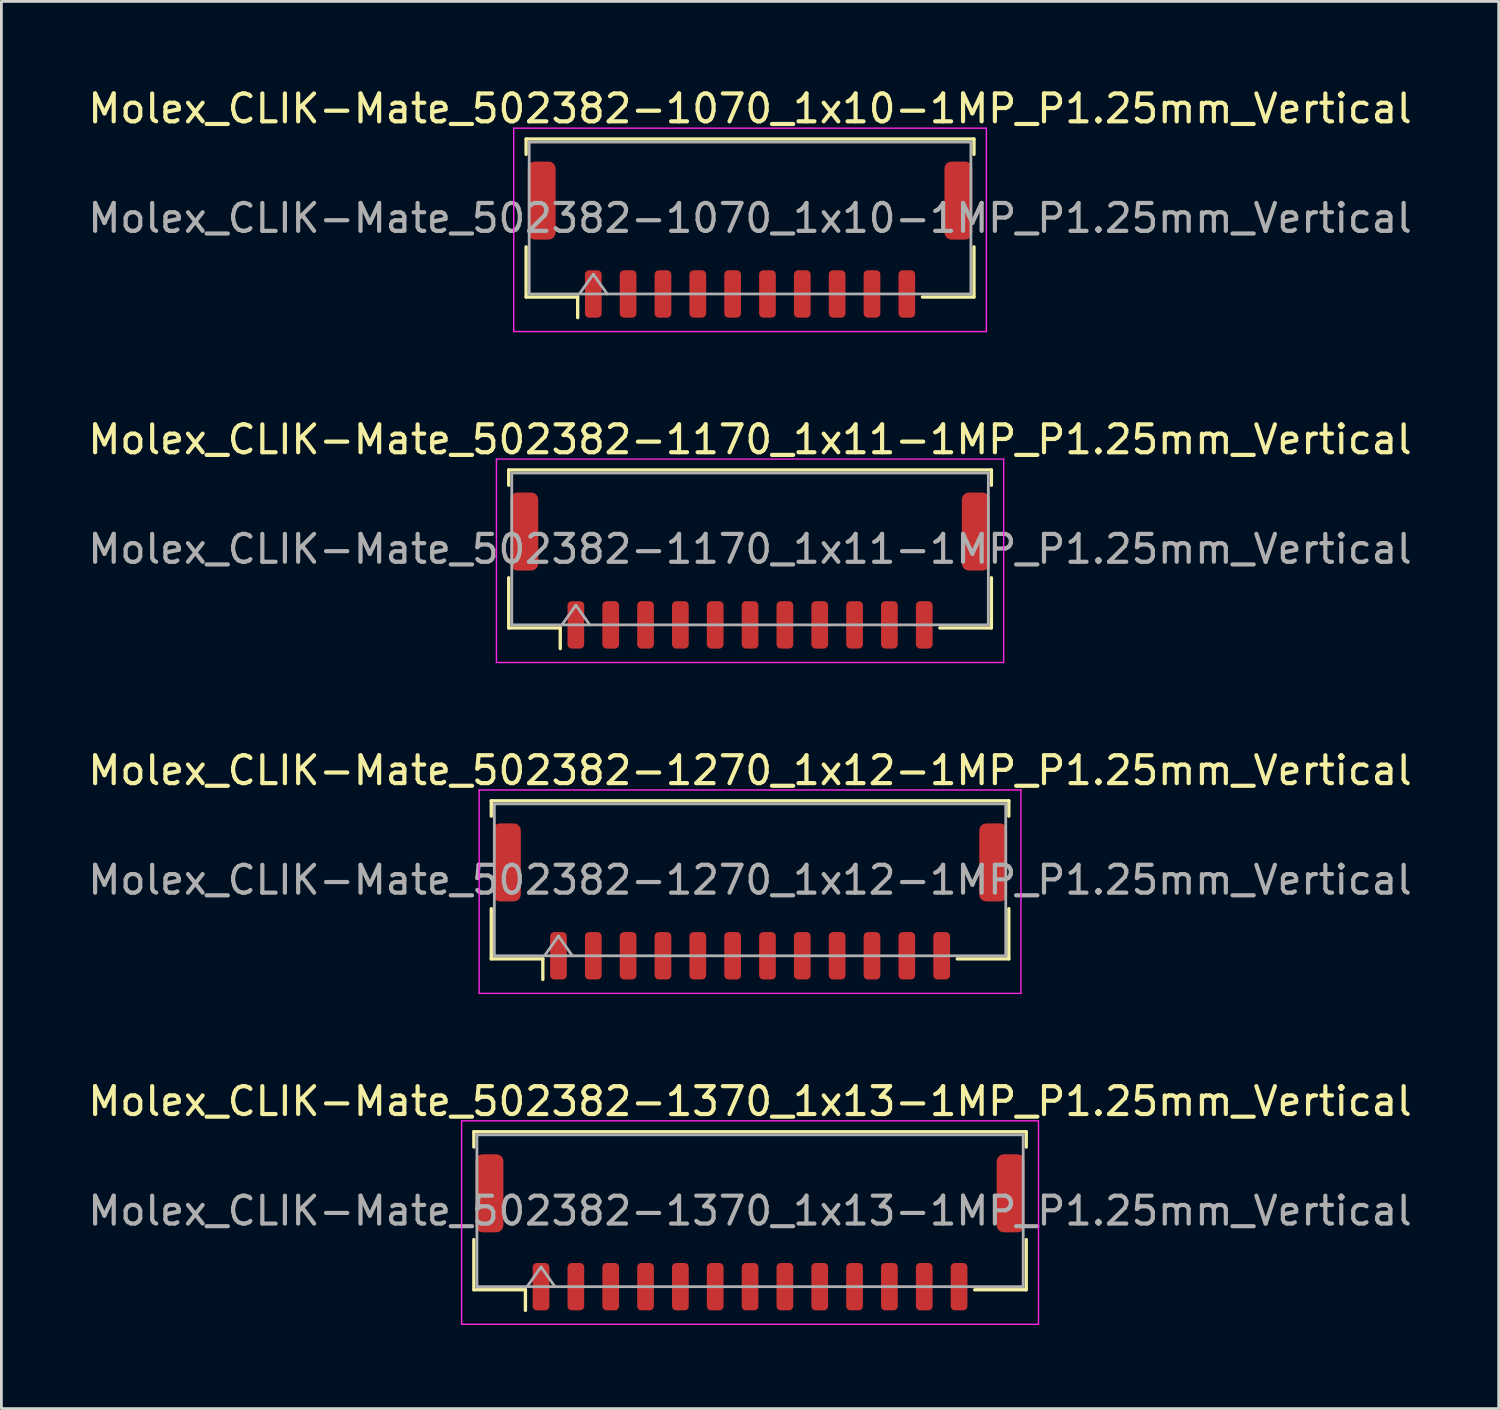
<source format=kicad_pcb>
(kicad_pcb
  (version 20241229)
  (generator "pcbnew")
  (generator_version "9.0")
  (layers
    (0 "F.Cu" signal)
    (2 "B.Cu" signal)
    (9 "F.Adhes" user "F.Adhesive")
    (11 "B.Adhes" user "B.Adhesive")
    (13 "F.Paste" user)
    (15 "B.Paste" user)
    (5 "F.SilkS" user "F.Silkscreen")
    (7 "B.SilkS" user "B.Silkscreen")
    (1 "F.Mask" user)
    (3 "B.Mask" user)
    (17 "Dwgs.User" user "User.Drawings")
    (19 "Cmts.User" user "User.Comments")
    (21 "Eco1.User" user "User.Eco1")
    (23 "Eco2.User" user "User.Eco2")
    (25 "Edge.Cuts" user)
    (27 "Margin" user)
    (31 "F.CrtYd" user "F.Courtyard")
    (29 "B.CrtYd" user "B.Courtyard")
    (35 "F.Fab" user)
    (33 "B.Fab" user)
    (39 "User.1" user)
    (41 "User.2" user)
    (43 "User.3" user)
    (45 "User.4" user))
  (footprint "Molex_CLIK-Mate_502382-1170_1x11-1MP_P1.25mm_Vertical"
    (layer "F.Cu")
    (at 23.863 17.422)
    (property "Reference" "Molex_CLIK-Mate_502382-1170_1x11-1MP_P1.25mm_Vertical" (at 0 -4.7 0) (layer "F.SilkS") (effects (font (size 1 1) (thickness 0.15))))
    (attr smd)
    (fp_line (start -8.66 -3.61) (end 8.66 -3.61) (stroke (width 0.12) (type solid)) (layer "F.SilkS"))
    (fp_line (start -8.66 -3.06) (end -8.66 -3.61) (stroke (width 0.12) (type solid)) (layer "F.SilkS"))
    (fp_line (start -8.66 0.26) (end -8.66 2.06) (stroke (width 0.12) (type solid)) (layer "F.SilkS"))
    (fp_line (start -8.66 2.06) (end -6.81 2.06) (stroke (width 0.12) (type solid)) (layer "F.SilkS"))
    (fp_line (start -6.81 2.06) (end -6.81 2.8) (stroke (width 0.12) (type solid)) (layer "F.SilkS"))
    (fp_line (start 8.66 -3.61) (end 8.66 -3.06) (stroke (width 0.12) (type solid)) (layer "F.SilkS"))
    (fp_line (start 8.66 0.26) (end 8.66 2.06) (stroke (width 0.12) (type solid)) (layer "F.SilkS"))
    (fp_line (start 8.66 2.06) (end 6.81 2.06) (stroke (width 0.12) (type solid)) (layer "F.SilkS"))
    (fp_line (start -9.1 -4) (end -9.1 3.3) (stroke (width 0.05) (type solid)) (layer "F.CrtYd"))
    (fp_line (start -9.1 3.3) (end 9.1 3.3) (stroke (width 0.05) (type solid)) (layer "F.CrtYd"))
    (fp_line (start 9.1 -4) (end -9.1 -4) (stroke (width 0.05) (type solid)) (layer "F.CrtYd"))
    (fp_line (start 9.1 3.3) (end 9.1 -4) (stroke (width 0.05) (type solid)) (layer "F.CrtYd"))
    (fp_line (start -8.55 -3.5) (end 8.55 -3.5) (stroke (width 0.1) (type solid)) (layer "F.Fab"))
    (fp_line (start -8.55 1.95) (end -8.55 -3.5) (stroke (width 0.1) (type solid)) (layer "F.Fab"))
    (fp_line (start -8.55 1.95) (end 8.55 1.95) (stroke (width 0.1) (type solid)) (layer "F.Fab"))
    (fp_line (start -6.75 1.95) (end -6.25 1.243) (stroke (width 0.1) (type solid)) (layer "F.Fab"))
    (fp_line (start -6.25 1.243) (end -5.75 1.95) (stroke (width 0.1) (type solid)) (layer "F.Fab"))
    (fp_line (start 8.55 1.95) (end 8.55 -3.5) (stroke (width 0.1) (type solid)) (layer "F.Fab"))
    (fp_text user "${REFERENCE}" (at 0 -0.77 0) (layer "F.Fab") (effects (font (size 1 1) (thickness 0.15))))
    (pad "1" smd roundrect (at -6.25 1.95) (size 0.6 1.7) (layers "F.Cu" "F.Mask" "F.Paste") (roundrect_rratio 0.25))
    (pad "2" smd roundrect (at -5 1.95) (size 0.6 1.7) (layers "F.Cu" "F.Mask" "F.Paste") (roundrect_rratio 0.25))
    (pad "3" smd roundrect (at -3.75 1.95) (size 0.6 1.7) (layers "F.Cu" "F.Mask" "F.Paste") (roundrect_rratio 0.25))
    (pad "4" smd roundrect (at -2.5 1.95) (size 0.6 1.7) (layers "F.Cu" "F.Mask" "F.Paste") (roundrect_rratio 0.25))
    (pad "5" smd roundrect (at -1.25 1.95) (size 0.6 1.7) (layers "F.Cu" "F.Mask" "F.Paste") (roundrect_rratio 0.25))
    (pad "6" smd roundrect (at 0 1.95) (size 0.6 1.7) (layers "F.Cu" "F.Mask" "F.Paste") (roundrect_rratio 0.25))
    (pad "7" smd roundrect (at 1.25 1.95) (size 0.6 1.7) (layers "F.Cu" "F.Mask" "F.Paste") (roundrect_rratio 0.25))
    (pad "8" smd roundrect (at 2.5 1.95) (size 0.6 1.7) (layers "F.Cu" "F.Mask" "F.Paste") (roundrect_rratio 0.25))
    (pad "9" smd roundrect (at 3.75 1.95) (size 0.6 1.7) (layers "F.Cu" "F.Mask" "F.Paste") (roundrect_rratio 0.25))
    (pad "10" smd roundrect (at 5 1.95) (size 0.6 1.7) (layers "F.Cu" "F.Mask" "F.Paste") (roundrect_rratio 0.25))
    (pad "11" smd roundrect (at 6.25 1.95) (size 0.6 1.7) (layers "F.Cu" "F.Mask" "F.Paste") (roundrect_rratio 0.25))
    (pad "MP" smd roundrect (at -8.1 -1.4) (size 1 2.8) (layers "F.Cu" "F.Mask" "F.Paste") (roundrect_rratio 0.25))
    (pad "MP" smd roundrect (at 8.1 -1.4) (size 1 2.8) (layers "F.Cu" "F.Mask" "F.Paste") (roundrect_rratio 0.25)))
  (footprint "Molex_CLIK-Mate_502382-1270_1x12-1MP_P1.25mm_Vertical"
    (layer "F.Cu")
    (at 23.863 29.295)
    (property "Reference" "Molex_CLIK-Mate_502382-1270_1x12-1MP_P1.25mm_Vertical" (at 0 -4.7 0) (layer "F.SilkS") (effects (font (size 1 1) (thickness 0.15))))
    (attr smd)
    (fp_line (start -9.285 -3.61) (end 9.285 -3.61) (stroke (width 0.12) (type solid)) (layer "F.SilkS"))
    (fp_line (start -9.285 -3.06) (end -9.285 -3.61) (stroke (width 0.12) (type solid)) (layer "F.SilkS"))
    (fp_line (start -9.285 0.26) (end -9.285 2.06) (stroke (width 0.12) (type solid)) (layer "F.SilkS"))
    (fp_line (start -9.285 2.06) (end -7.435 2.06) (stroke (width 0.12) (type solid)) (layer "F.SilkS"))
    (fp_line (start -7.435 2.06) (end -7.435 2.8) (stroke (width 0.12) (type solid)) (layer "F.SilkS"))
    (fp_line (start 9.285 -3.61) (end 9.285 -3.06) (stroke (width 0.12) (type solid)) (layer "F.SilkS"))
    (fp_line (start 9.285 0.26) (end 9.285 2.06) (stroke (width 0.12) (type solid)) (layer "F.SilkS"))
    (fp_line (start 9.285 2.06) (end 7.435 2.06) (stroke (width 0.12) (type solid)) (layer "F.SilkS"))
    (fp_line (start -9.72 -4) (end -9.72 3.3) (stroke (width 0.05) (type solid)) (layer "F.CrtYd"))
    (fp_line (start -9.72 3.3) (end 9.72 3.3) (stroke (width 0.05) (type solid)) (layer "F.CrtYd"))
    (fp_line (start 9.72 -4) (end -9.72 -4) (stroke (width 0.05) (type solid)) (layer "F.CrtYd"))
    (fp_line (start 9.72 3.3) (end 9.72 -4) (stroke (width 0.05) (type solid)) (layer "F.CrtYd"))
    (fp_line (start -9.175 -3.5) (end 9.175 -3.5) (stroke (width 0.1) (type solid)) (layer "F.Fab"))
    (fp_line (start -9.175 1.95) (end -9.175 -3.5) (stroke (width 0.1) (type solid)) (layer "F.Fab"))
    (fp_line (start -9.175 1.95) (end 9.175 1.95) (stroke (width 0.1) (type solid)) (layer "F.Fab"))
    (fp_line (start -7.375 1.95) (end -6.875 1.243) (stroke (width 0.1) (type solid)) (layer "F.Fab"))
    (fp_line (start -6.875 1.243) (end -6.375 1.95) (stroke (width 0.1) (type solid)) (layer "F.Fab"))
    (fp_line (start 9.175 1.95) (end 9.175 -3.5) (stroke (width 0.1) (type solid)) (layer "F.Fab"))
    (fp_text user "${REFERENCE}" (at 0 -0.77 0) (layer "F.Fab") (effects (font (size 1 1) (thickness 0.15))))
    (pad "1" smd roundrect (at -6.875 1.95) (size 0.6 1.7) (layers "F.Cu" "F.Mask" "F.Paste") (roundrect_rratio 0.25))
    (pad "2" smd roundrect (at -5.625 1.95) (size 0.6 1.7) (layers "F.Cu" "F.Mask" "F.Paste") (roundrect_rratio 0.25))
    (pad "3" smd roundrect (at -4.375 1.95) (size 0.6 1.7) (layers "F.Cu" "F.Mask" "F.Paste") (roundrect_rratio 0.25))
    (pad "4" smd roundrect (at -3.125 1.95) (size 0.6 1.7) (layers "F.Cu" "F.Mask" "F.Paste") (roundrect_rratio 0.25))
    (pad "5" smd roundrect (at -1.875 1.95) (size 0.6 1.7) (layers "F.Cu" "F.Mask" "F.Paste") (roundrect_rratio 0.25))
    (pad "6" smd roundrect (at -0.625 1.95) (size 0.6 1.7) (layers "F.Cu" "F.Mask" "F.Paste") (roundrect_rratio 0.25))
    (pad "7" smd roundrect (at 0.625 1.95) (size 0.6 1.7) (layers "F.Cu" "F.Mask" "F.Paste") (roundrect_rratio 0.25))
    (pad "8" smd roundrect (at 1.875 1.95) (size 0.6 1.7) (layers "F.Cu" "F.Mask" "F.Paste") (roundrect_rratio 0.25))
    (pad "9" smd roundrect (at 3.125 1.95) (size 0.6 1.7) (layers "F.Cu" "F.Mask" "F.Paste") (roundrect_rratio 0.25))
    (pad "10" smd roundrect (at 4.375 1.95) (size 0.6 1.7) (layers "F.Cu" "F.Mask" "F.Paste") (roundrect_rratio 0.25))
    (pad "11" smd roundrect (at 5.625 1.95) (size 0.6 1.7) (layers "F.Cu" "F.Mask" "F.Paste") (roundrect_rratio 0.25))
    (pad "12" smd roundrect (at 6.875 1.95) (size 0.6 1.7) (layers "F.Cu" "F.Mask" "F.Paste") (roundrect_rratio 0.25))
    (pad "MP" smd roundrect (at -8.725 -1.4) (size 1 2.8) (layers "F.Cu" "F.Mask" "F.Paste") (roundrect_rratio 0.25))
    (pad "MP" smd roundrect (at 8.725 -1.4) (size 1 2.8) (layers "F.Cu" "F.Mask" "F.Paste") (roundrect_rratio 0.25)))
  (footprint "Molex_CLIK-Mate_502382-1370_1x13-1MP_P1.25mm_Vertical"
    (layer "F.Cu")
    (at 23.863 41.168)
    (property "Reference" "Molex_CLIK-Mate_502382-1370_1x13-1MP_P1.25mm_Vertical" (at 0 -4.7 0) (layer "F.SilkS") (effects (font (size 1 1) (thickness 0.15))))
    (attr smd)
    (fp_line (start -9.91 -3.61) (end 9.91 -3.61) (stroke (width 0.12) (type solid)) (layer "F.SilkS"))
    (fp_line (start -9.91 -3.06) (end -9.91 -3.61) (stroke (width 0.12) (type solid)) (layer "F.SilkS"))
    (fp_line (start -9.91 0.26) (end -9.91 2.06) (stroke (width 0.12) (type solid)) (layer "F.SilkS"))
    (fp_line (start -9.91 2.06) (end -8.06 2.06) (stroke (width 0.12) (type solid)) (layer "F.SilkS"))
    (fp_line (start -8.06 2.06) (end -8.06 2.8) (stroke (width 0.12) (type solid)) (layer "F.SilkS"))
    (fp_line (start 9.91 -3.61) (end 9.91 -3.06) (stroke (width 0.12) (type solid)) (layer "F.SilkS"))
    (fp_line (start 9.91 0.26) (end 9.91 2.06) (stroke (width 0.12) (type solid)) (layer "F.SilkS"))
    (fp_line (start 9.91 2.06) (end 8.06 2.06) (stroke (width 0.12) (type solid)) (layer "F.SilkS"))
    (fp_line (start -10.35 -4) (end -10.35 3.3) (stroke (width 0.05) (type solid)) (layer "F.CrtYd"))
    (fp_line (start -10.35 3.3) (end 10.35 3.3) (stroke (width 0.05) (type solid)) (layer "F.CrtYd"))
    (fp_line (start 10.35 -4) (end -10.35 -4) (stroke (width 0.05) (type solid)) (layer "F.CrtYd"))
    (fp_line (start 10.35 3.3) (end 10.35 -4) (stroke (width 0.05) (type solid)) (layer "F.CrtYd"))
    (fp_line (start -9.8 -3.5) (end 9.8 -3.5) (stroke (width 0.1) (type solid)) (layer "F.Fab"))
    (fp_line (start -9.8 1.95) (end -9.8 -3.5) (stroke (width 0.1) (type solid)) (layer "F.Fab"))
    (fp_line (start -9.8 1.95) (end 9.8 1.95) (stroke (width 0.1) (type solid)) (layer "F.Fab"))
    (fp_line (start -8 1.95) (end -7.5 1.243) (stroke (width 0.1) (type solid)) (layer "F.Fab"))
    (fp_line (start -7.5 1.243) (end -7 1.95) (stroke (width 0.1) (type solid)) (layer "F.Fab"))
    (fp_line (start 9.8 1.95) (end 9.8 -3.5) (stroke (width 0.1) (type solid)) (layer "F.Fab"))
    (fp_text user "${REFERENCE}" (at 0 -0.77 0) (layer "F.Fab") (effects (font (size 1 1) (thickness 0.15))))
    (pad "1" smd roundrect (at -7.5 1.95) (size 0.6 1.7) (layers "F.Cu" "F.Mask" "F.Paste") (roundrect_rratio 0.25))
    (pad "2" smd roundrect (at -6.25 1.95) (size 0.6 1.7) (layers "F.Cu" "F.Mask" "F.Paste") (roundrect_rratio 0.25))
    (pad "3" smd roundrect (at -5 1.95) (size 0.6 1.7) (layers "F.Cu" "F.Mask" "F.Paste") (roundrect_rratio 0.25))
    (pad "4" smd roundrect (at -3.75 1.95) (size 0.6 1.7) (layers "F.Cu" "F.Mask" "F.Paste") (roundrect_rratio 0.25))
    (pad "5" smd roundrect (at -2.5 1.95) (size 0.6 1.7) (layers "F.Cu" "F.Mask" "F.Paste") (roundrect_rratio 0.25))
    (pad "6" smd roundrect (at -1.25 1.95) (size 0.6 1.7) (layers "F.Cu" "F.Mask" "F.Paste") (roundrect_rratio 0.25))
    (pad "7" smd roundrect (at 0 1.95) (size 0.6 1.7) (layers "F.Cu" "F.Mask" "F.Paste") (roundrect_rratio 0.25))
    (pad "8" smd roundrect (at 1.25 1.95) (size 0.6 1.7) (layers "F.Cu" "F.Mask" "F.Paste") (roundrect_rratio 0.25))
    (pad "9" smd roundrect (at 2.5 1.95) (size 0.6 1.7) (layers "F.Cu" "F.Mask" "F.Paste") (roundrect_rratio 0.25))
    (pad "10" smd roundrect (at 3.75 1.95) (size 0.6 1.7) (layers "F.Cu" "F.Mask" "F.Paste") (roundrect_rratio 0.25))
    (pad "11" smd roundrect (at 5 1.95) (size 0.6 1.7) (layers "F.Cu" "F.Mask" "F.Paste") (roundrect_rratio 0.25))
    (pad "12" smd roundrect (at 6.25 1.95) (size 0.6 1.7) (layers "F.Cu" "F.Mask" "F.Paste") (roundrect_rratio 0.25))
    (pad "13" smd roundrect (at 7.5 1.95) (size 0.6 1.7) (layers "F.Cu" "F.Mask" "F.Paste") (roundrect_rratio 0.25))
    (pad "MP" smd roundrect (at -9.35 -1.4) (size 1 2.8) (layers "F.Cu" "F.Mask" "F.Paste") (roundrect_rratio 0.25))
    (pad "MP" smd roundrect (at 9.35 -1.4) (size 1 2.8) (layers "F.Cu" "F.Mask" "F.Paste") (roundrect_rratio 0.25)))
  (footprint "Molex_CLIK-Mate_502382-1070_1x10-1MP_P1.25mm_Vertical"
    (layer "F.Cu")
    (at 23.863 5.548)
    (property "Reference" "Molex_CLIK-Mate_502382-1070_1x10-1MP_P1.25mm_Vertical" (at 0 -4.7 0) (layer "F.SilkS") (effects (font (size 1 1) (thickness 0.15))))
    (attr smd)
    (fp_line (start -8.035 -3.61) (end 8.035 -3.61) (stroke (width 0.12) (type solid)) (layer "F.SilkS"))
    (fp_line (start -8.035 -3.06) (end -8.035 -3.61) (stroke (width 0.12) (type solid)) (layer "F.SilkS"))
    (fp_line (start -8.035 0.26) (end -8.035 2.06) (stroke (width 0.12) (type solid)) (layer "F.SilkS"))
    (fp_line (start -8.035 2.06) (end -6.185 2.06) (stroke (width 0.12) (type solid)) (layer "F.SilkS"))
    (fp_line (start -6.185 2.06) (end -6.185 2.8) (stroke (width 0.12) (type solid)) (layer "F.SilkS"))
    (fp_line (start 8.035 -3.61) (end 8.035 -3.06) (stroke (width 0.12) (type solid)) (layer "F.SilkS"))
    (fp_line (start 8.035 0.26) (end 8.035 2.06) (stroke (width 0.12) (type solid)) (layer "F.SilkS"))
    (fp_line (start 8.035 2.06) (end 6.185 2.06) (stroke (width 0.12) (type solid)) (layer "F.SilkS"))
    (fp_line (start -8.48 -4) (end -8.48 3.3) (stroke (width 0.05) (type solid)) (layer "F.CrtYd"))
    (fp_line (start -8.48 3.3) (end 8.48 3.3) (stroke (width 0.05) (type solid)) (layer "F.CrtYd"))
    (fp_line (start 8.48 -4) (end -8.48 -4) (stroke (width 0.05) (type solid)) (layer "F.CrtYd"))
    (fp_line (start 8.48 3.3) (end 8.48 -4) (stroke (width 0.05) (type solid)) (layer "F.CrtYd"))
    (fp_line (start -7.925 -3.5) (end 7.925 -3.5) (stroke (width 0.1) (type solid)) (layer "F.Fab"))
    (fp_line (start -7.925 1.95) (end -7.925 -3.5) (stroke (width 0.1) (type solid)) (layer "F.Fab"))
    (fp_line (start -7.925 1.95) (end 7.925 1.95) (stroke (width 0.1) (type solid)) (layer "F.Fab"))
    (fp_line (start -6.125 1.95) (end -5.625 1.243) (stroke (width 0.1) (type solid)) (layer "F.Fab"))
    (fp_line (start -5.625 1.243) (end -5.125 1.95) (stroke (width 0.1) (type solid)) (layer "F.Fab"))
    (fp_line (start 7.925 1.95) (end 7.925 -3.5) (stroke (width 0.1) (type solid)) (layer "F.Fab"))
    (fp_text user "${REFERENCE}" (at 0 -0.77 0) (layer "F.Fab") (effects (font (size 1 1) (thickness 0.15))))
    (pad "1" smd roundrect (at -5.625 1.95) (size 0.6 1.7) (layers "F.Cu" "F.Mask" "F.Paste") (roundrect_rratio 0.25))
    (pad "2" smd roundrect (at -4.375 1.95) (size 0.6 1.7) (layers "F.Cu" "F.Mask" "F.Paste") (roundrect_rratio 0.25))
    (pad "3" smd roundrect (at -3.125 1.95) (size 0.6 1.7) (layers "F.Cu" "F.Mask" "F.Paste") (roundrect_rratio 0.25))
    (pad "4" smd roundrect (at -1.875 1.95) (size 0.6 1.7) (layers "F.Cu" "F.Mask" "F.Paste") (roundrect_rratio 0.25))
    (pad "5" smd roundrect (at -0.625 1.95) (size 0.6 1.7) (layers "F.Cu" "F.Mask" "F.Paste") (roundrect_rratio 0.25))
    (pad "6" smd roundrect (at 0.625 1.95) (size 0.6 1.7) (layers "F.Cu" "F.Mask" "F.Paste") (roundrect_rratio 0.25))
    (pad "7" smd roundrect (at 1.875 1.95) (size 0.6 1.7) (layers "F.Cu" "F.Mask" "F.Paste") (roundrect_rratio 0.25))
    (pad "8" smd roundrect (at 3.125 1.95) (size 0.6 1.7) (layers "F.Cu" "F.Mask" "F.Paste") (roundrect_rratio 0.25))
    (pad "9" smd roundrect (at 4.375 1.95) (size 0.6 1.7) (layers "F.Cu" "F.Mask" "F.Paste") (roundrect_rratio 0.25))
    (pad "10" smd roundrect (at 5.625 1.95) (size 0.6 1.7) (layers "F.Cu" "F.Mask" "F.Paste") (roundrect_rratio 0.25))
    (pad "MP" smd roundrect (at -7.475 -1.4) (size 1 2.8) (layers "F.Cu" "F.Mask" "F.Paste") (roundrect_rratio 0.25))
    (pad "MP" smd roundrect (at 7.475 -1.4) (size 1 2.8) (layers "F.Cu" "F.Mask" "F.Paste") (roundrect_rratio 0.25)))
  (gr_rect
    (start -3 -3)
    (end 50.726 47.493)
    (stroke (width 0.1) (type default))
    (fill no)
    (layer "Edge.Cuts")))
</source>
